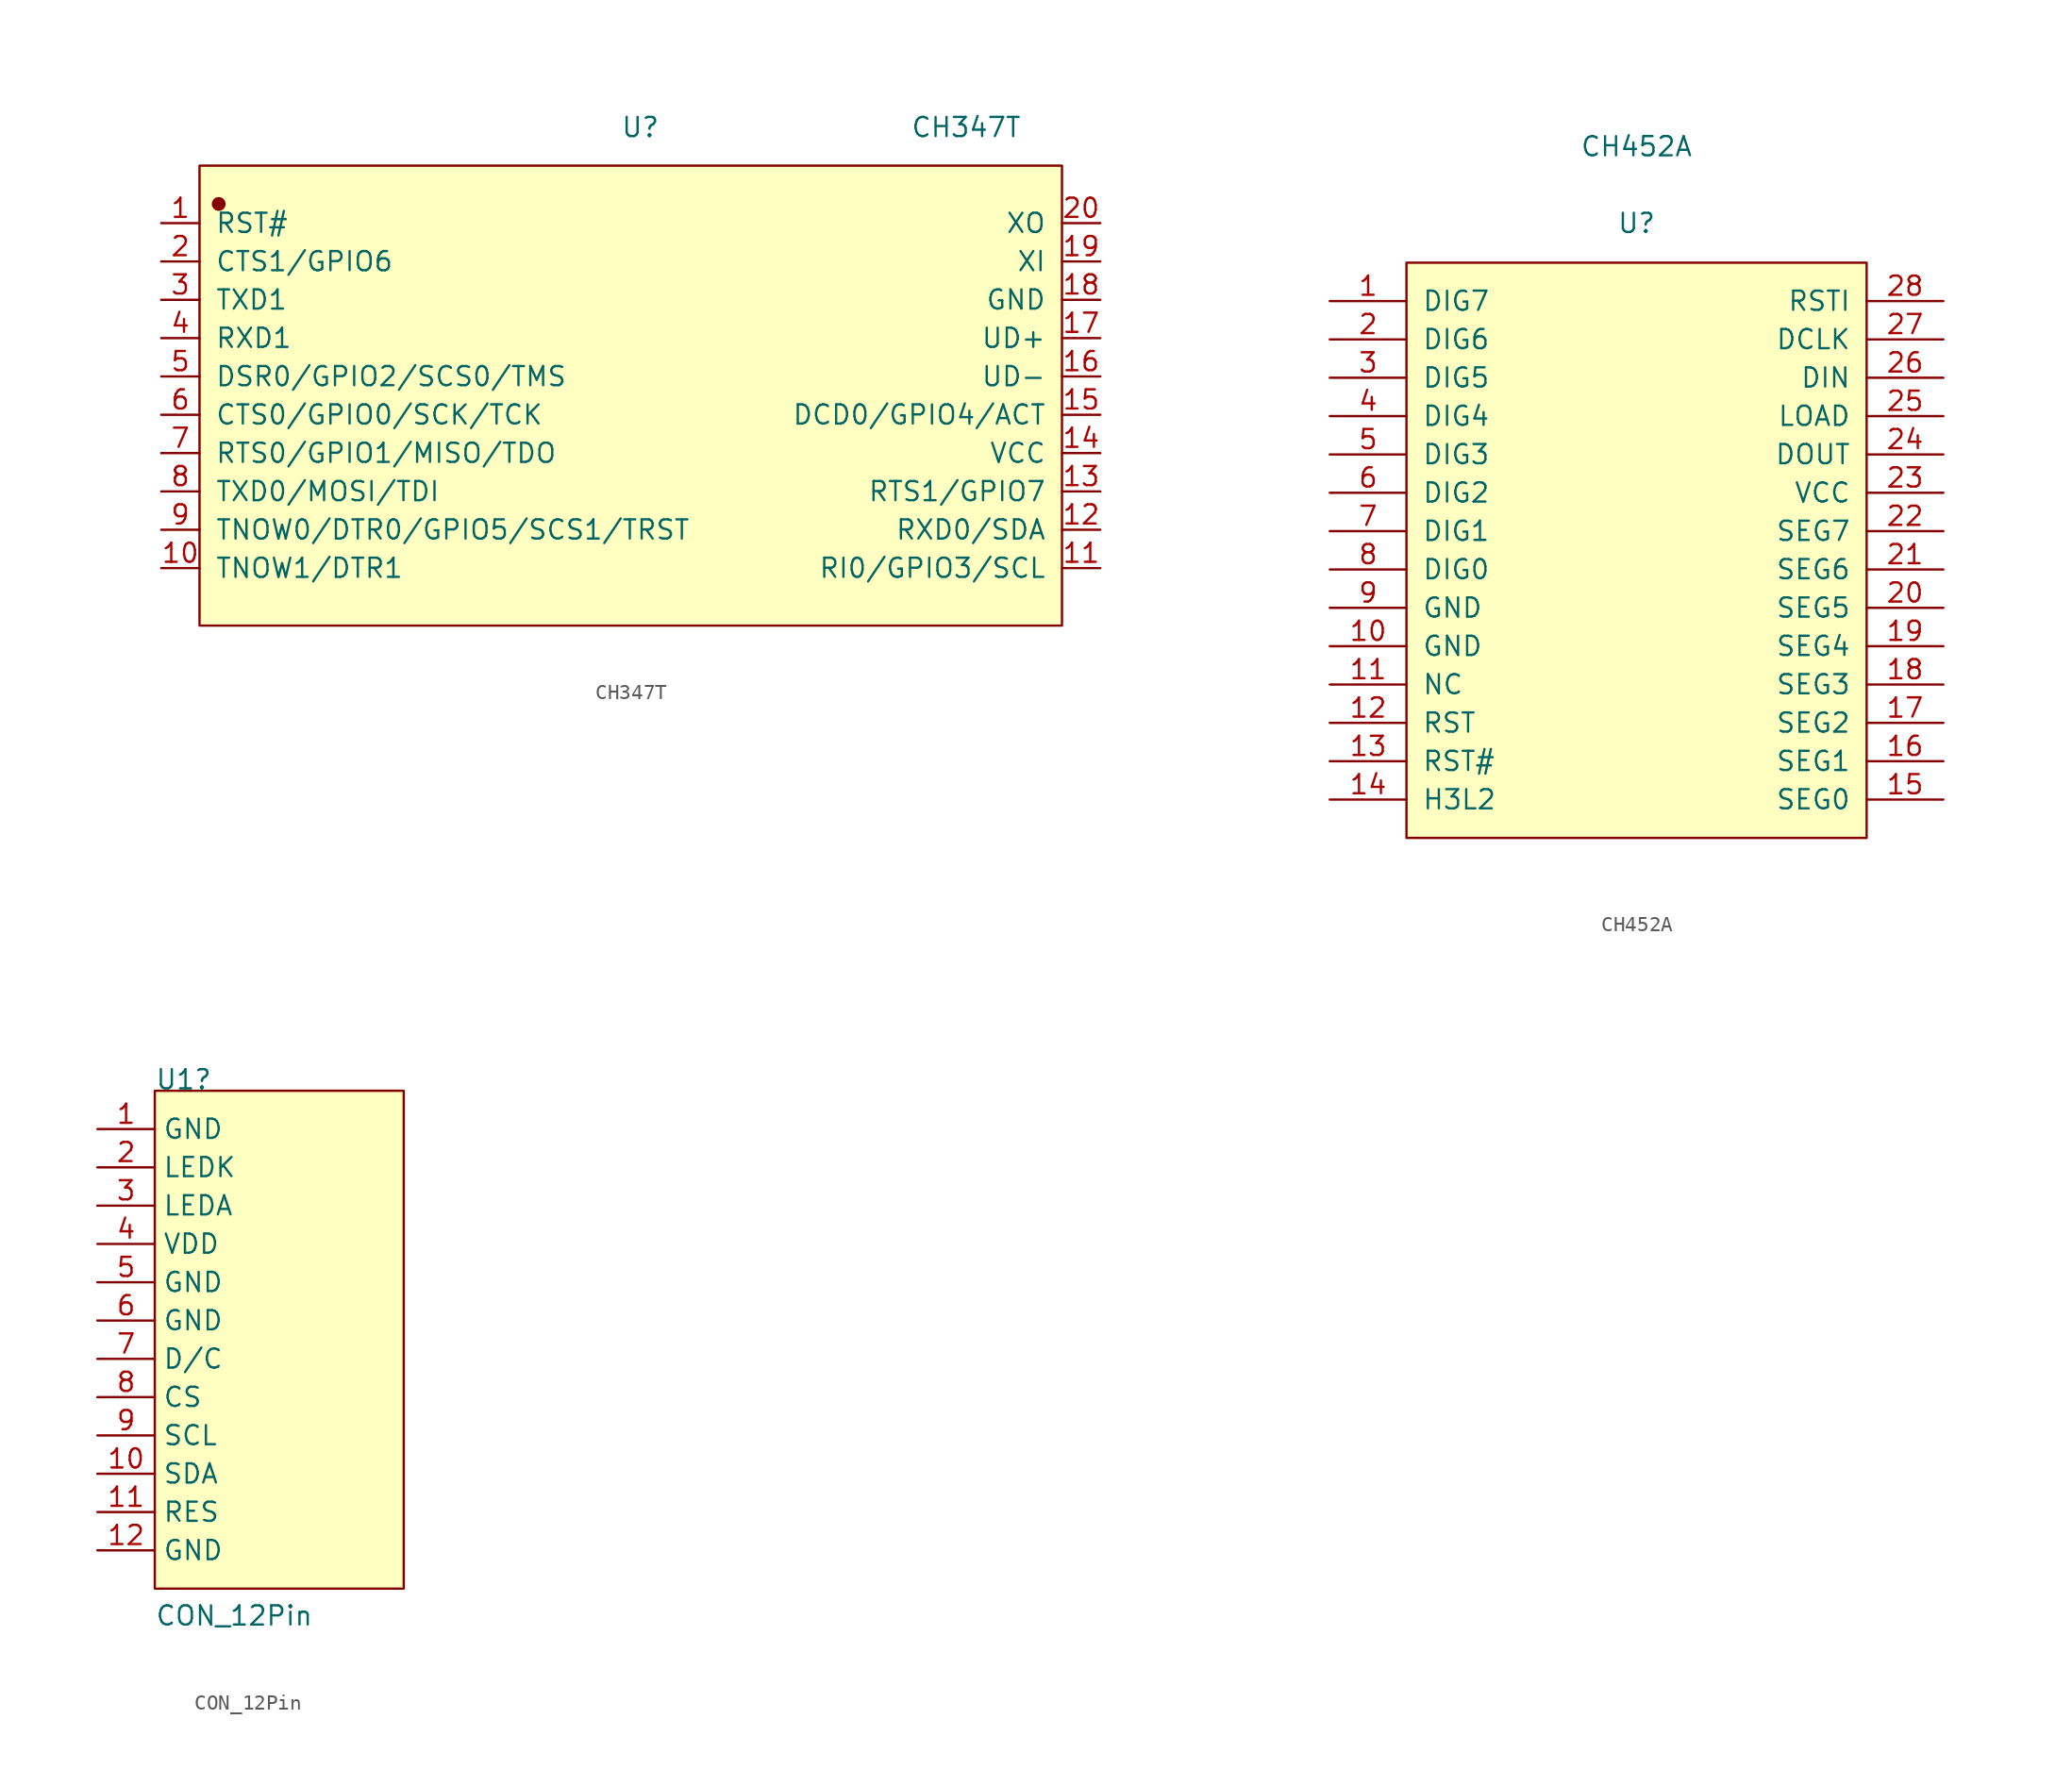
<source format=kicad_sym>
(kicad_symbol_lib
  (version 20220914)
  (generator kicad_symbol_editor)
  (symbol "CH347T"
    (pin_names
      (offset 1.016))
    (property "Reference" "U"
      (at 0 17.78 0)
      (effects (font (size 1.27 1.27))))
    (property "Value" "CH347T"
      (at 21.59 17.78 0)
      (effects (font (size 1.27 1.27))))
    (symbol "CH347T_1_1"
      (rectangle (start -29.21 15.24) (end 27.94 -15.24) (stroke (width 0.152) (type solid)) (fill (type background)))
      (circle (center -27.94 12.7) (radius 0.381) (stroke (width 0.152) (type solid)) (fill (type outline)))
      (pin input line (at -31.75 11.43 0) (length 2.54) (name "RST#" (effects (font (size 1.27 1.27)))) (number "1" (effects (font (size 1.27 1.27)))))
      (pin input line (at -31.75 -11.43 0) (length 2.54) (name "TNOW1/DTR1" (effects (font (size 1.27 1.27)))) (number "10" (effects (font (size 1.27 1.27)))))
      (pin input line (at 30.48 -11.43 180) (length 2.54) (name "RI0/GPIO3/SCL" (effects (font (size 1.27 1.27)))) (number "11" (effects (font (size 1.27 1.27)))))
      (pin input line (at 30.48 -8.89 180) (length 2.54) (name "RXD0/SDA" (effects (font (size 1.27 1.27)))) (number "12" (effects (font (size 1.27 1.27)))))
      (pin input line (at 30.48 -6.35 180) (length 2.54) (name "RTS1/GPIO7" (effects (font (size 1.27 1.27)))) (number "13" (effects (font (size 1.27 1.27)))))
      (pin input line (at 30.48 -3.81 180) (length 2.54) (name "VCC" (effects (font (size 1.27 1.27)))) (number "14" (effects (font (size 1.27 1.27)))))
      (pin input line (at 30.48 -1.27 180) (length 2.54) (name "DCD0/GPIO4/ACT" (effects (font (size 1.27 1.27)))) (number "15" (effects (font (size 1.27 1.27)))))
      (pin input line (at 30.48 1.27 180) (length 2.54) (name "UD-" (effects (font (size 1.27 1.27)))) (number "16" (effects (font (size 1.27 1.27)))))
      (pin input line (at 30.48 3.81 180) (length 2.54) (name "UD+" (effects (font (size 1.27 1.27)))) (number "17" (effects (font (size 1.27 1.27)))))
      (pin input line (at 30.48 6.35 180) (length 2.54) (name "GND" (effects (font (size 1.27 1.27)))) (number "18" (effects (font (size 1.27 1.27)))))
      (pin input line (at 30.48 8.89 180) (length 2.54) (name "XI" (effects (font (size 1.27 1.27)))) (number "19" (effects (font (size 1.27 1.27)))))
      (pin input line (at -31.75 8.89 0) (length 2.54) (name "CTS1/GPIO6" (effects (font (size 1.27 1.27)))) (number "2" (effects (font (size 1.27 1.27)))))
      (pin input line (at 30.48 11.43 180) (length 2.54) (name "XO" (effects (font (size 1.27 1.27)))) (number "20" (effects (font (size 1.27 1.27)))))
      (pin input line (at -31.75 6.35 0) (length 2.54) (name "TXD1" (effects (font (size 1.27 1.27)))) (number "3" (effects (font (size 1.27 1.27)))))
      (pin input line (at -31.75 3.81 0) (length 2.54) (name "RXD1" (effects (font (size 1.27 1.27)))) (number "4" (effects (font (size 1.27 1.27)))))
      (pin input line (at -31.75 1.27 0) (length 2.54) (name "DSR0/GPIO2/SCS0/TMS" (effects (font (size 1.27 1.27)))) (number "5" (effects (font (size 1.27 1.27)))))
      (pin input line (at -31.75 -1.27 0) (length 2.54) (name "CTS0/GPIO0/SCK/TCK" (effects (font (size 1.27 1.27)))) (number "6" (effects (font (size 1.27 1.27)))))
      (pin input line (at -31.75 -3.81 0) (length 2.54) (name "RTS0/GPIO1/MISO/TDO" (effects (font (size 1.27 1.27)))) (number "7" (effects (font (size 1.27 1.27)))))
      (pin input line (at -31.75 -6.35 0) (length 2.54) (name "TXD0/MOSI/TDI" (effects (font (size 1.27 1.27)))) (number "8" (effects (font (size 1.27 1.27)))))
      (pin input line (at -31.75 -8.89 0) (length 2.54) (name "TNOW0/DTR0/GPIO5/SCS1/TRST" (effects (font (size 1.27 1.27)))) (number "9" (effects (font (size 1.27 1.27)))))))
  (symbol "CH452A"
    (pin_names
      (offset 1.016))
    (property "Reference" "U"
      (at 0 21.666 0)
      (effects (font (size 1.27 1.27))))
    (property "Value" "CH452A"
      (at 0 26.746 0)
      (effects (font (size 1.27 1.27))))
    (symbol "CH452A_1_1"
      (rectangle (start -15.24 19.05) (end 15.24 -19.05) (stroke (width 0.152) (type solid)) (fill (type background)))
      (pin input line (at -20.32 16.51 0) (length 5.08) (name "DIG7" (effects (font (size 1.27 1.27)))) (number "1" (effects (font (size 1.27 1.27)))))
      (pin input line (at -20.32 -6.35 0) (length 5.08) (name "GND" (effects (font (size 1.27 1.27)))) (number "10" (effects (font (size 1.27 1.27)))))
      (pin input line (at -20.32 -8.89 0) (length 5.08) (name "NC" (effects (font (size 1.27 1.27)))) (number "11" (effects (font (size 1.27 1.27)))))
      (pin input line (at -20.32 -11.43 0) (length 5.08) (name "RST" (effects (font (size 1.27 1.27)))) (number "12" (effects (font (size 1.27 1.27)))))
      (pin input line (at -20.32 -13.97 0) (length 5.08) (name "RST#" (effects (font (size 1.27 1.27)))) (number "13" (effects (font (size 1.27 1.27)))))
      (pin input line (at -20.32 -16.51 0) (length 5.08) (name "H3L2" (effects (font (size 1.27 1.27)))) (number "14" (effects (font (size 1.27 1.27)))))
      (pin input line (at 20.32 -16.51 180) (length 5.08) (name "SEG0" (effects (font (size 1.27 1.27)))) (number "15" (effects (font (size 1.27 1.27)))))
      (pin input line (at 20.32 -13.97 180) (length 5.08) (name "SEG1" (effects (font (size 1.27 1.27)))) (number "16" (effects (font (size 1.27 1.27)))))
      (pin input line (at 20.32 -11.43 180) (length 5.08) (name "SEG2" (effects (font (size 1.27 1.27)))) (number "17" (effects (font (size 1.27 1.27)))))
      (pin input line (at 20.32 -8.89 180) (length 5.08) (name "SEG3" (effects (font (size 1.27 1.27)))) (number "18" (effects (font (size 1.27 1.27)))))
      (pin input line (at 20.32 -6.35 180) (length 5.08) (name "SEG4" (effects (font (size 1.27 1.27)))) (number "19" (effects (font (size 1.27 1.27)))))
      (pin input line (at -20.32 13.97 0) (length 5.08) (name "DIG6" (effects (font (size 1.27 1.27)))) (number "2" (effects (font (size 1.27 1.27)))))
      (pin input line (at 20.32 -3.81 180) (length 5.08) (name "SEG5" (effects (font (size 1.27 1.27)))) (number "20" (effects (font (size 1.27 1.27)))))
      (pin input line (at 20.32 -1.27 180) (length 5.08) (name "SEG6" (effects (font (size 1.27 1.27)))) (number "21" (effects (font (size 1.27 1.27)))))
      (pin input line (at 20.32 1.27 180) (length 5.08) (name "SEG7" (effects (font (size 1.27 1.27)))) (number "22" (effects (font (size 1.27 1.27)))))
      (pin input line (at 20.32 3.81 180) (length 5.08) (name "VCC" (effects (font (size 1.27 1.27)))) (number "23" (effects (font (size 1.27 1.27)))))
      (pin input line (at 20.32 6.35 180) (length 5.08) (name "DOUT" (effects (font (size 1.27 1.27)))) (number "24" (effects (font (size 1.27 1.27)))))
      (pin input line (at 20.32 8.89 180) (length 5.08) (name "LOAD" (effects (font (size 1.27 1.27)))) (number "25" (effects (font (size 1.27 1.27)))))
      (pin input line (at 20.32 11.43 180) (length 5.08) (name "DIN" (effects (font (size 1.27 1.27)))) (number "26" (effects (font (size 1.27 1.27)))))
      (pin input line (at 20.32 13.97 180) (length 5.08) (name "DCLK" (effects (font (size 1.27 1.27)))) (number "27" (effects (font (size 1.27 1.27)))))
      (pin input line (at 20.32 16.51 180) (length 5.08) (name "RSTI" (effects (font (size 1.27 1.27)))) (number "28" (effects (font (size 1.27 1.27)))))
      (pin input line (at -20.32 11.43 0) (length 5.08) (name "DIG5" (effects (font (size 1.27 1.27)))) (number "3" (effects (font (size 1.27 1.27)))))
      (pin input line (at -20.32 8.89 0) (length 5.08) (name "DIG4" (effects (font (size 1.27 1.27)))) (number "4" (effects (font (size 1.27 1.27)))))
      (pin input line (at -20.32 6.35 0) (length 5.08) (name "DIG3" (effects (font (size 1.27 1.27)))) (number "5" (effects (font (size 1.27 1.27)))))
      (pin input line (at -20.32 3.81 0) (length 5.08) (name "DIG2" (effects (font (size 1.27 1.27)))) (number "6" (effects (font (size 1.27 1.27)))))
      (pin input line (at -20.32 1.27 0) (length 5.08) (name "DIG1" (effects (font (size 1.27 1.27)))) (number "7" (effects (font (size 1.27 1.27)))))
      (pin input line (at -20.32 -1.27 0) (length 5.08) (name "DIG0" (effects (font (size 1.27 1.27)))) (number "8" (effects (font (size 1.27 1.27)))))
      (pin input line (at -20.32 -3.81 0) (length 5.08) (name "GND" (effects (font (size 1.27 1.27)))) (number "9" (effects (font (size 1.27 1.27)))))))
  (symbol "CON_12Pin"
    (property "Reference" "U1"
      (at -8.89 17.78 0)
      (effects (font (size 1.27 1.27)) (justify left bottom)))
    (property "Value" "CON_12Pin"
      (at -8.89 -17.78 0)
      (effects (font (size 1.27 1.27)) (justify left bottom)))
    (symbol "CON_12Pin_1_0"
      (rectangle (start 7.62 17.78) (end -8.89 -15.24) (stroke (width 0) (type default)) (fill (type background)))
      (pin passive line (at -12.7 15.24 0) (length 3.81) (name "GND" (effects (font (size 1.27 1.27)))) (number "1" (effects (font (size 1.27 1.27)))))
      (pin passive line (at -12.7 -7.62 0) (length 3.81) (name "SDA" (effects (font (size 1.27 1.27)))) (number "10" (effects (font (size 1.27 1.27)))))
      (pin passive line (at -12.7 -10.16 0) (length 3.81) (name "RES" (effects (font (size 1.27 1.27)))) (number "11" (effects (font (size 1.27 1.27)))))
      (pin passive line (at -12.7 -12.7 0) (length 3.81) (name "GND" (effects (font (size 1.27 1.27)))) (number "12" (effects (font (size 1.27 1.27)))))
      (pin passive line (at -12.7 12.7 0) (length 3.81) (name "LEDK" (effects (font (size 1.27 1.27)))) (number "2" (effects (font (size 1.27 1.27)))))
      (pin passive line (at -12.7 10.16 0) (length 3.81) (name "LEDA" (effects (font (size 1.27 1.27)))) (number "3" (effects (font (size 1.27 1.27)))))
      (pin passive line (at -12.7 7.62 0) (length 3.81) (name "VDD" (effects (font (size 1.27 1.27)))) (number "4" (effects (font (size 1.27 1.27)))))
      (pin passive line (at -12.7 5.08 0) (length 3.81) (name "GND" (effects (font (size 1.27 1.27)))) (number "5" (effects (font (size 1.27 1.27)))))
      (pin passive line (at -12.7 2.54 0) (length 3.81) (name "GND" (effects (font (size 1.27 1.27)))) (number "6" (effects (font (size 1.27 1.27)))))
      (pin passive line (at -12.7 0 0) (length 3.81) (name "D/C" (effects (font (size 1.27 1.27)))) (number "7" (effects (font (size 1.27 1.27)))))
      (pin passive line (at -12.7 -2.54 0) (length 3.81) (name "CS" (effects (font (size 1.27 1.27)))) (number "8" (effects (font (size 1.27 1.27)))))
      (pin passive line (at -12.7 -5.08 0) (length 3.81) (name "SCL" (effects (font (size 1.27 1.27)))) (number "9" (effects (font (size 1.27 1.27))))))))
</source>
